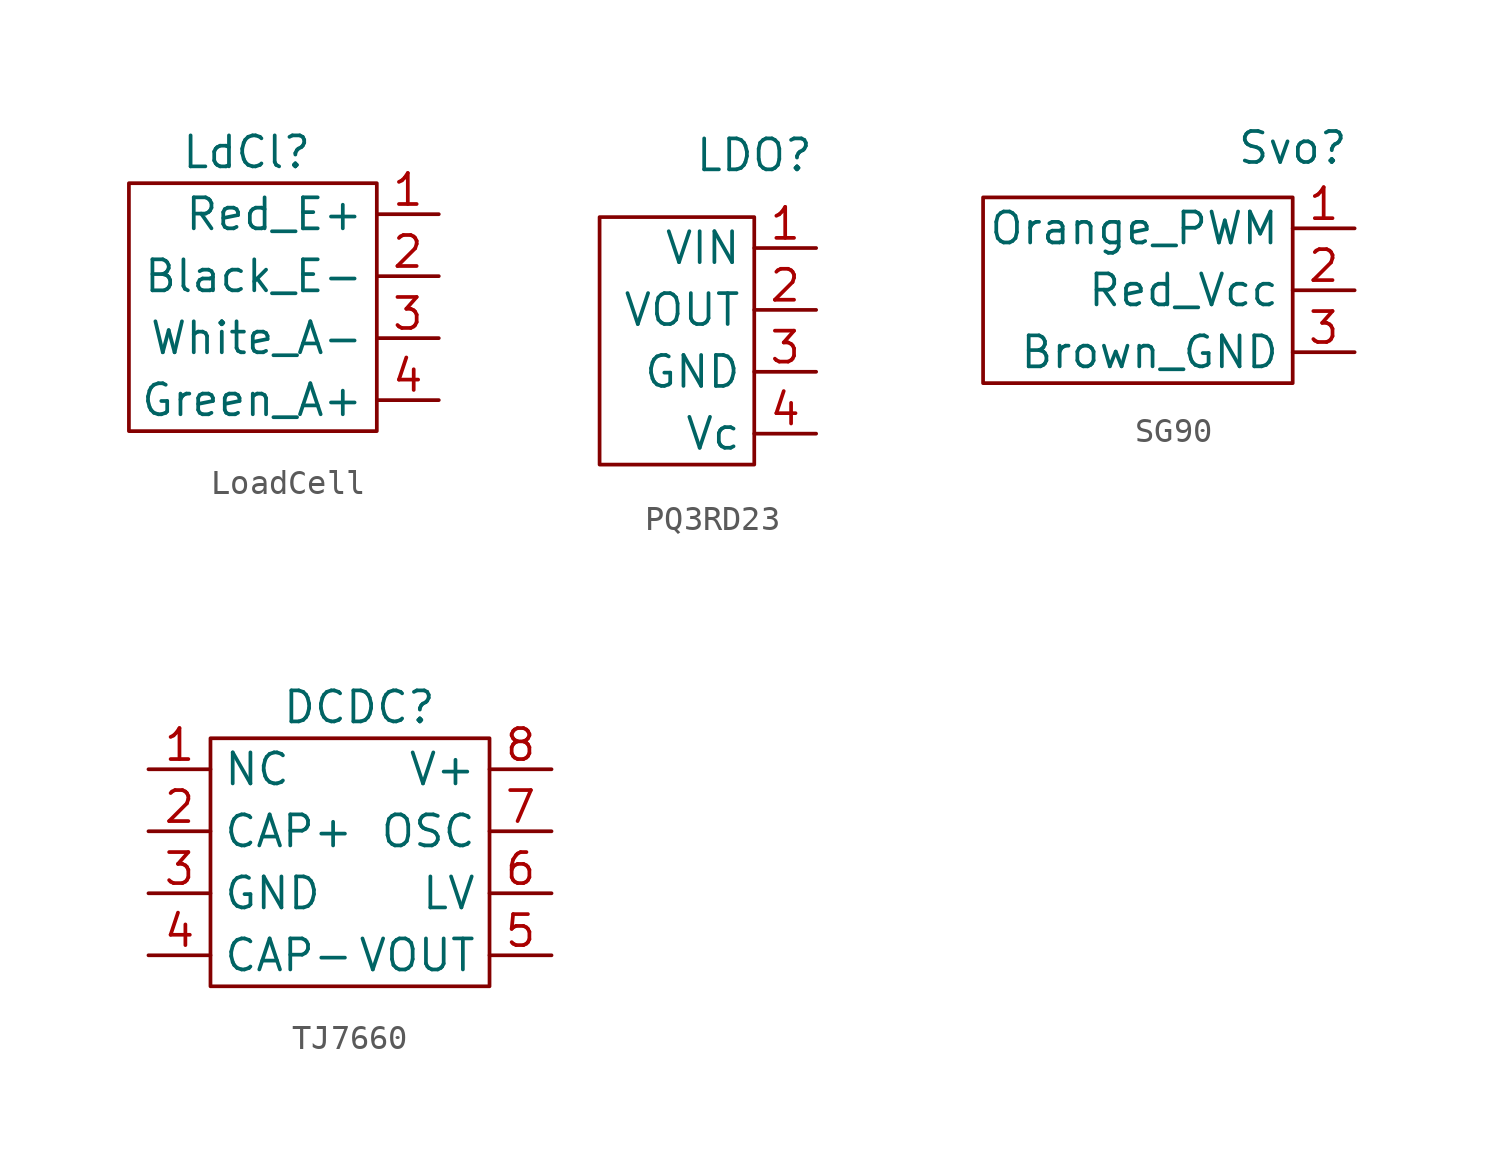
<source format=kicad_sym>
(kicad_symbol_lib
  (version 20231120)
  (generator "kicad_symbol_editor")
  (generator_version "8.0")
  (symbol "LoadCell"
    (property "Reference" "LdCl"
      (at -5.334 6.35 0)
      (effects (font (size 1.27 1.27))))
    (property "Value" ""
      (at 0 3.81 0)
      (effects (font (size 1.27 1.27))))
    (symbol "LoadCell_0_1"
      (rectangle (start 0 5.08) (end -10.16 -5.08) (stroke (width 0) (type default)) (fill (type none))))
    (symbol "LoadCell_1_1"
      (pin power_in line (at 2.54 3.81 180) (length 2.54) (name "Red_E+" (effects (font (size 1.27 1.27)))) (number "1" (effects (font (size 1.27 1.27)))))
      (pin passive line (at 2.54 1.27 180) (length 2.54) (name "Black_E-" (effects (font (size 1.27 1.27)))) (number "2" (effects (font (size 1.27 1.27)))))
      (pin passive line (at 2.54 -1.27 180) (length 2.54) (name "White_A-" (effects (font (size 1.27 1.27)))) (number "3" (effects (font (size 1.27 1.27)))))
      (pin passive line (at 2.54 -3.81 180) (length 2.54) (name "Green_A+" (effects (font (size 1.27 1.27)))) (number "4" (effects (font (size 1.27 1.27)))))))
  (symbol "PQ3RD23"
    (property "Reference" "LDO"
      (at 0 5.08 0)
      (effects (font (size 1.27 1.27))))
    (property "Value" ""
      (at 0 0 0)
      (effects (font (size 1.27 1.27))))
    (symbol "PQ3RD23_0_1"
      (rectangle (start 0 2.54) (end -6.35 -7.62) (stroke (width 0) (type default)) (fill (type none))))
    (symbol "PQ3RD23_1_1"
      (pin power_in line (at 2.54 1.27 180) (length 2.54) (name "VIN" (effects (font (size 1.27 1.27)))) (number "1" (effects (font (size 1.27 1.27)))))
      (pin passive line (at 2.54 -1.27 180) (length 2.54) (name "VOUT" (effects (font (size 1.27 1.27)))) (number "2" (effects (font (size 1.27 1.27)))))
      (pin passive line (at 2.54 -3.81 180) (length 2.54) (name "GND" (effects (font (size 1.27 1.27)))) (number "3" (effects (font (size 1.27 1.27)))))
      (pin passive line (at 2.54 -6.35 180) (length 2.54) (name "Vc" (effects (font (size 1.27 1.27)))) (number "4" (effects (font (size 1.27 1.27)))))))
  (symbol "SG90"
    (property "Reference" "Svo"
      (at 0 5.842 0)
      (effects (font (size 1.27 1.27))))
    (property "Value" ""
      (at 0 2.54 0)
      (effects (font (size 1.27 1.27))))
    (symbol "SG90_0_1"
      (rectangle (start 0 3.81) (end -12.7 -3.81) (stroke (width 0) (type default)) (fill (type none))))
    (symbol "SG90_1_1"
      (pin passive line (at 2.54 2.54 180) (length 2.54) (name "Orange_PWM" (effects (font (size 1.27 1.27)))) (number "1" (effects (font (size 1.27 1.27)))))
      (pin passive line (at 2.54 0 180) (length 2.54) (name "Red_Vcc" (effects (font (size 1.27 1.27)))) (number "2" (effects (font (size 1.27 1.27)))))
      (pin passive line (at 2.54 -2.54 180) (length 2.54) (name "Brown_GND" (effects (font (size 1.27 1.27)))) (number "3" (effects (font (size 1.27 1.27)))))))
  (symbol "TJ7660"
    (property "Reference" "DCDC"
      (at -0.254 6.35 0)
      (effects (font (size 1.27 1.27))))
    (property "Value" ""
      (at -6.35 2.54 0)
      (effects (font (size 1.27 1.27))))
    (symbol "TJ7660_0_1"
      (rectangle (start -6.35 5.08) (end 5.08 -5.08) (stroke (width 0) (type default)) (fill (type none))))
    (symbol "TJ7660_1_1"
      (pin passive line (at -8.89 3.81 0) (length 2.54) (name "NC" (effects (font (size 1.27 1.27)))) (number "1" (effects (font (size 1.27 1.27)))))
      (pin passive line (at -8.89 1.27 0) (length 2.54) (name "CAP+" (effects (font (size 1.27 1.27)))) (number "2" (effects (font (size 1.27 1.27)))))
      (pin passive line (at -8.89 -1.27 0) (length 2.54) (name "GND" (effects (font (size 1.27 1.27)))) (number "3" (effects (font (size 1.27 1.27)))))
      (pin passive line (at -8.89 -3.81 0) (length 2.54) (name "CAP-" (effects (font (size 1.27 1.27)))) (number "4" (effects (font (size 1.27 1.27)))))
      (pin passive line (at 7.62 -3.81 180) (length 2.54) (name "VOUT" (effects (font (size 1.27 1.27)))) (number "5" (effects (font (size 1.27 1.27)))))
      (pin passive line (at 7.62 -1.27 180) (length 2.54) (name "LV" (effects (font (size 1.27 1.27)))) (number "6" (effects (font (size 1.27 1.27)))))
      (pin passive line (at 7.62 1.27 180) (length 2.54) (name "OSC" (effects (font (size 1.27 1.27)))) (number "7" (effects (font (size 1.27 1.27)))))
      (pin passive line (at 7.62 3.81 180) (length 2.54) (name "V+" (effects (font (size 1.27 1.27)))) (number "8" (effects (font (size 1.27 1.27))))))))
</source>
